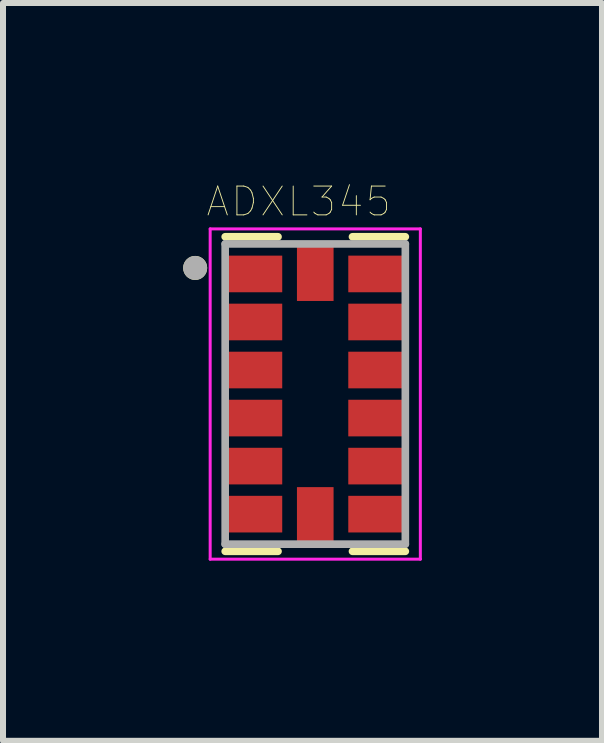
<source format=kicad_pcb>
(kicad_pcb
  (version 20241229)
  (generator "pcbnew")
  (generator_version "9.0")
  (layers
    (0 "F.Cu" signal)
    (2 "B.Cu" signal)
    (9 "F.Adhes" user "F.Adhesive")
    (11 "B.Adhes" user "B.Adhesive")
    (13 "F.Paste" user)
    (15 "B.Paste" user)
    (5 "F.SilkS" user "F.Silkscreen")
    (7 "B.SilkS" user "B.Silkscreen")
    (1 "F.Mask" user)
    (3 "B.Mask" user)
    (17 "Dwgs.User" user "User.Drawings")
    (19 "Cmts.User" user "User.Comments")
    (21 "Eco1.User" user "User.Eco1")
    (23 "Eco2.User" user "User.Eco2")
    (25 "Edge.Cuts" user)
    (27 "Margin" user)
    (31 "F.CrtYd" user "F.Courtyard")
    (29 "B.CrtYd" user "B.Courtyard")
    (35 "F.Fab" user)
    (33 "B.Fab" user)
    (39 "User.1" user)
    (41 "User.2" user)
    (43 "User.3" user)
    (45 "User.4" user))
  (footprint "ADXL345"
    (layer "F.Cu")
    (at 2.2 3.512)
    (property "Reference" "ADXL345" (at -0.276 -3.205 0) (layer "F.SilkS") (effects (font (size 0.48 0.48) (thickness 0.015))))
    (attr through_hole)
    (fp_line (start -1.5 -2.619) (end -0.62 -2.619) (stroke (width 0.127) (type solid)) (layer "F.SilkS"))
    (fp_line (start -1.5 2.619) (end -0.62 2.619) (stroke (width 0.127) (type solid)) (layer "F.SilkS"))
    (fp_line (start 0.62 -2.619) (end 1.5 -2.619) (stroke (width 0.127) (type solid)) (layer "F.SilkS"))
    (fp_line (start 0.62 2.619) (end 1.5 2.619) (stroke (width 0.127) (type solid)) (layer "F.SilkS"))
    (fp_circle (center -2 -2.1) (end -1.9 -2.1) (stroke (width 0.2) (type solid)) (fill no) (layer "F.SilkS"))
    (fp_line (start -1.75 -2.75) (end 1.75 -2.75) (stroke (width 0.05) (type solid)) (layer "F.CrtYd"))
    (fp_line (start -1.75 2.75) (end -1.75 -2.75) (stroke (width 0.05) (type solid)) (layer "F.CrtYd"))
    (fp_line (start 1.75 -2.75) (end 1.75 2.75) (stroke (width 0.05) (type solid)) (layer "F.CrtYd"))
    (fp_line (start 1.75 2.75) (end -1.75 2.75) (stroke (width 0.05) (type solid)) (layer "F.CrtYd"))
    (fp_line (start -1.5 -2.5) (end 1.5 -2.5) (stroke (width 0.127) (type solid)) (layer "F.Fab"))
    (fp_line (start -1.5 2.5) (end -1.5 -2.5) (stroke (width 0.127) (type solid)) (layer "F.Fab"))
    (fp_line (start 1.5 -2.5) (end 1.5 2.5) (stroke (width 0.127) (type solid)) (layer "F.Fab"))
    (fp_line (start 1.5 2.5) (end -1.5 2.5) (stroke (width 0.127) (type solid)) (layer "F.Fab"))
    (fp_circle (center -2 -2.1) (end -1.9 -2.1) (stroke (width 0.2) (type solid)) (fill no) (layer "F.Fab"))
    (pad "1" smd rect (at -1.01 -2) (size 0.92 0.61) (layers "F.Cu" "F.Mask" "F.Paste"))
    (pad "2" smd rect (at -1.01 -1.2) (size 0.92 0.61) (layers "F.Cu" "F.Mask" "F.Paste"))
    (pad "3" smd rect (at -1.01 -0.4) (size 0.92 0.61) (layers "F.Cu" "F.Mask" "F.Paste"))
    (pad "4" smd rect (at -1.01 0.4) (size 0.92 0.61) (layers "F.Cu" "F.Mask" "F.Paste"))
    (pad "5" smd rect (at -1.01 1.2) (size 0.92 0.61) (layers "F.Cu" "F.Mask" "F.Paste"))
    (pad "6" smd rect (at -1.01 2) (size 0.92 0.61) (layers "F.Cu" "F.Mask" "F.Paste"))
    (pad "7" smd rect (at 0 2.01) (size 0.61 0.92) (layers "F.Cu" "F.Mask" "F.Paste"))
    (pad "8" smd rect (at 1.01 2) (size 0.92 0.61) (layers "F.Cu" "F.Mask" "F.Paste"))
    (pad "9" smd rect (at 1.01 1.2) (size 0.92 0.61) (layers "F.Cu" "F.Mask" "F.Paste"))
    (pad "10" smd rect (at 1.01 0.4) (size 0.92 0.61) (layers "F.Cu" "F.Mask" "F.Paste"))
    (pad "11" smd rect (at 1.01 -0.4) (size 0.92 0.61) (layers "F.Cu" "F.Mask" "F.Paste"))
    (pad "12" smd rect (at 1.01 -1.2) (size 0.92 0.61) (layers "F.Cu" "F.Mask" "F.Paste"))
    (pad "13" smd rect (at 1.01 -2) (size 0.92 0.61) (layers "F.Cu" "F.Mask" "F.Paste"))
    (pad "14" smd rect (at 0 -2.01) (size 0.61 0.92) (layers "F.Cu" "F.Mask" "F.Paste")))
  (gr_rect
    (start -3 -3)
    (end 6.975 9.287)
    (stroke (width 0.1) (type default))
    (fill no)
    (layer "Edge.Cuts")))
</source>
